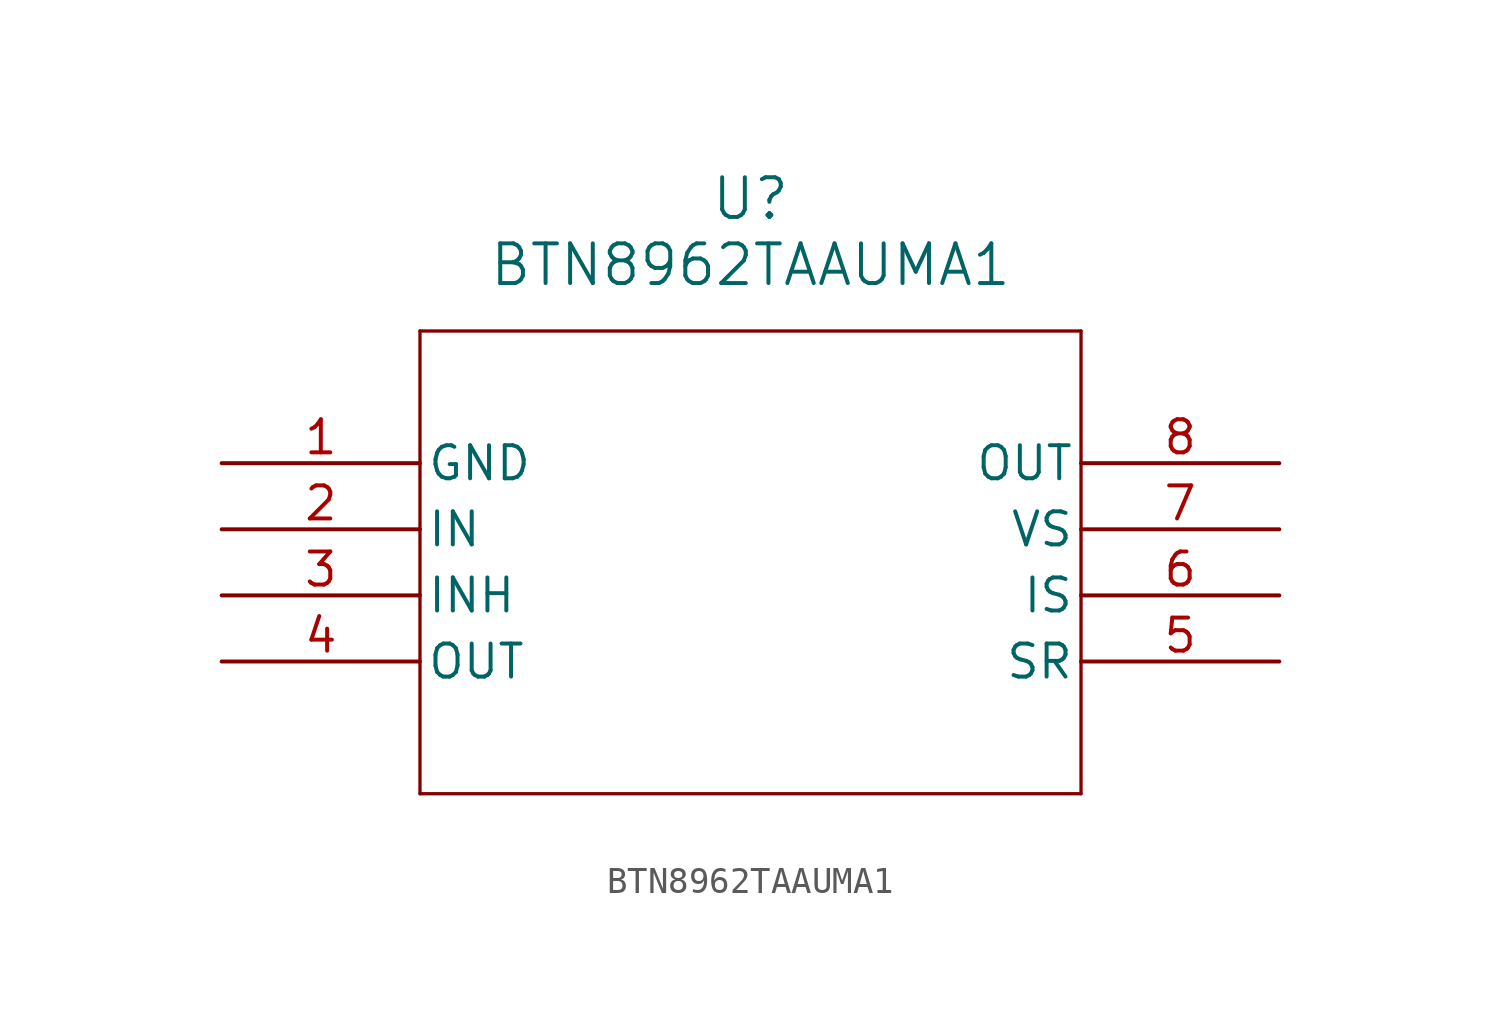
<source format=kicad_sym>
(kicad_symbol_lib
  (version 20211014)
  (generator kicad_symbol_editor)
  (symbol "BTN8962TAAUMA1"
    (pin_names
      (offset 0.254))
    (property "Reference" "U"
      (at 20.32 10.16 0)
      (effects (font (size 1.524 1.524))))
    (property "Value" "BTN8962TAAUMA1"
      (at 20.32 7.62 0)
      (effects (font (size 1.524 1.524))))
    (symbol "BTN8962TAAUMA1_0_1"
      (polyline (pts (xy 7.62 5.08) (xy 7.62 -12.7)) (stroke (width 0.127) (type default) (color 0 0 0 0)) (fill (type none)))
      (polyline (pts (xy 7.62 -12.7) (xy 33.02 -12.7)) (stroke (width 0.127) (type default) (color 0 0 0 0)) (fill (type none)))
      (polyline (pts (xy 33.02 -12.7) (xy 33.02 5.08)) (stroke (width 0.127) (type default) (color 0 0 0 0)) (fill (type none)))
      (polyline (pts (xy 33.02 5.08) (xy 7.62 5.08)) (stroke (width 0.127) (type default) (color 0 0 0 0)) (fill (type none)))
      (pin power_out line (at 0 0 0) (length 7.62) (name "GND" (effects (font (size 1.27 1.27)))) (number "1" (effects (font (size 1.27 1.27)))))
      (pin input line (at 0 -2.54 0) (length 7.62) (name "IN" (effects (font (size 1.27 1.27)))) (number "2" (effects (font (size 1.27 1.27)))))
      (pin input line (at 0 -5.08 0) (length 7.62) (name "INH" (effects (font (size 1.27 1.27)))) (number "3" (effects (font (size 1.27 1.27)))))
      (pin output line (at 0 -7.62 0) (length 7.62) (name "OUT" (effects (font (size 1.27 1.27)))) (number "4" (effects (font (size 1.27 1.27)))))
      (pin input line (at 40.64 -7.62 180) (length 7.62) (name "SR" (effects (font (size 1.27 1.27)))) (number "5" (effects (font (size 1.27 1.27)))))
      (pin output line (at 40.64 -5.08 180) (length 7.62) (name "IS" (effects (font (size 1.27 1.27)))) (number "6" (effects (font (size 1.27 1.27)))))
      (pin power_in line (at 40.64 -2.54 180) (length 7.62) (name "VS" (effects (font (size 1.27 1.27)))) (number "7" (effects (font (size 1.27 1.27)))))
      (pin output line (at 40.64 0 180) (length 7.62) (name "OUT" (effects (font (size 1.27 1.27)))) (number "8" (effects (font (size 1.27 1.27))))))))
</source>
